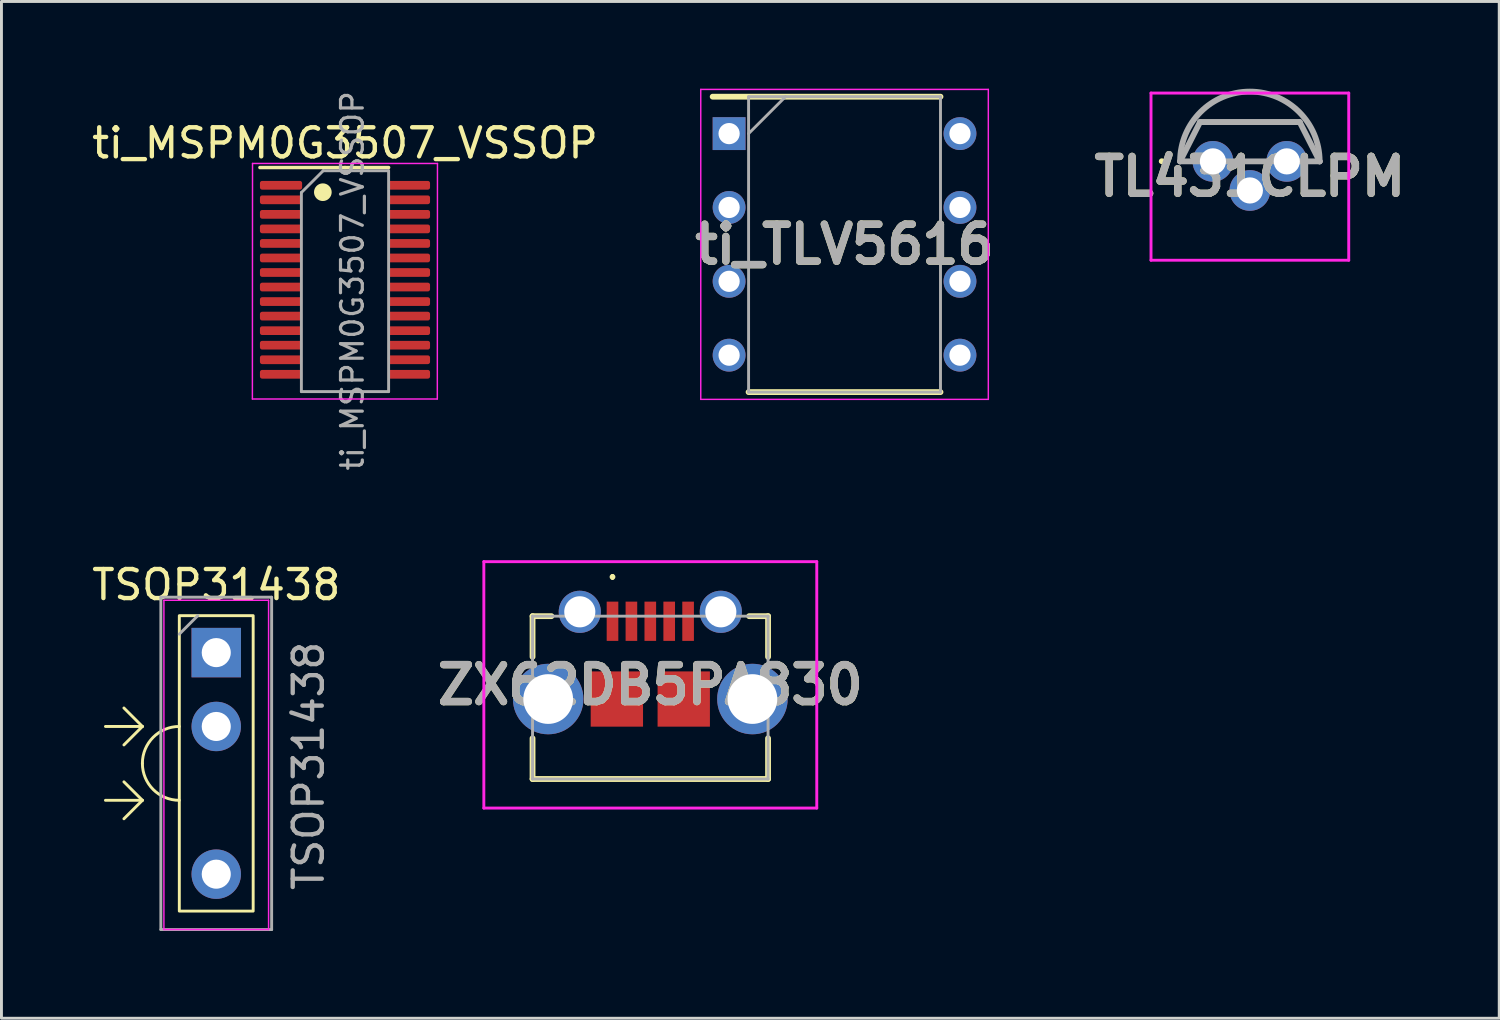
<source format=kicad_pcb>
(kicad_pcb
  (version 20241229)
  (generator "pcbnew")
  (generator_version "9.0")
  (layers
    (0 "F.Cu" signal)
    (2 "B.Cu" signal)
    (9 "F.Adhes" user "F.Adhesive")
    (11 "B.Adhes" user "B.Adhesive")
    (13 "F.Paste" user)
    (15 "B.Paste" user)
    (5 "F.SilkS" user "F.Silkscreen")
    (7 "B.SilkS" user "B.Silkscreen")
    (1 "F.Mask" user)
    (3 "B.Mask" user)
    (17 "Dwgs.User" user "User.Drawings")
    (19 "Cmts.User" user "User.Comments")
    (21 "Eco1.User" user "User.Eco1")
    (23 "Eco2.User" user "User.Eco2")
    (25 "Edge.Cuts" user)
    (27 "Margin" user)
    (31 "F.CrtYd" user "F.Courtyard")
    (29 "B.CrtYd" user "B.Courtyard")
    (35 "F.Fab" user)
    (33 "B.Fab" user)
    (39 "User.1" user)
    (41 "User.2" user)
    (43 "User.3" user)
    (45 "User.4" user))
  (footprint "ti_TLV5616"
    (layer "F.Cu")
    (at 25.995 5.355)
    (property "Reference" "ti_TLV5616" (at 0 0 0) (layer "F.SilkS") (effects (font (size 1.27 1.27) (thickness 0.254))))
    (attr through_hole)
    (fp_line (start -4.535 -5.08) (end 3.3 -5.08) (stroke (width 0.2) (type solid)) (layer "F.SilkS"))
    (fp_line (start -3.3 5.08) (end 3.3 5.08) (stroke (width 0.2) (type solid)) (layer "F.SilkS"))
    (fp_line (start -4.945 -5.33) (end 4.945 -5.33) (stroke (width 0.05) (type solid)) (layer "F.CrtYd"))
    (fp_line (start -4.945 5.33) (end -4.945 -5.33) (stroke (width 0.05) (type solid)) (layer "F.CrtYd"))
    (fp_line (start 4.945 -5.33) (end 4.945 5.33) (stroke (width 0.05) (type solid)) (layer "F.CrtYd"))
    (fp_line (start 4.945 5.33) (end -4.945 5.33) (stroke (width 0.05) (type solid)) (layer "F.CrtYd"))
    (fp_line (start -3.3 -5.08) (end 3.3 -5.08) (stroke (width 0.1) (type solid)) (layer "F.Fab"))
    (fp_line (start -3.3 -3.81) (end -2.03 -5.08) (stroke (width 0.1) (type solid)) (layer "F.Fab"))
    (fp_line (start -3.3 5.08) (end -3.3 -5.08) (stroke (width 0.1) (type solid)) (layer "F.Fab"))
    (fp_line (start 3.3 -5.08) (end 3.3 5.08) (stroke (width 0.1) (type solid)) (layer "F.Fab"))
    (fp_line (start 3.3 5.08) (end -3.3 5.08) (stroke (width 0.1) (type solid)) (layer "F.Fab"))
    (fp_text user "${REFERENCE}" (at 0 0 0) (layer "F.Fab") (effects (font (size 1.27 1.27) (thickness 0.254))))
    (pad "1" thru_hole rect (at -3.97 -3.81) (size 1.13 1.13) (drill 0.73) (layers "*.Cu" "*.Mask"))
    (pad "2" thru_hole circle (at -3.97 -1.27) (size 1.13 1.13) (drill 0.73) (layers "*.Cu" "*.Mask"))
    (pad "3" thru_hole circle (at -3.97 1.27) (size 1.13 1.13) (drill 0.73) (layers "*.Cu" "*.Mask"))
    (pad "4" thru_hole circle (at -3.97 3.81) (size 1.13 1.13) (drill 0.73) (layers "*.Cu" "*.Mask"))
    (pad "5" thru_hole circle (at 3.97 3.81) (size 1.13 1.13) (drill 0.73) (layers "*.Cu" "*.Mask"))
    (pad "6" thru_hole circle (at 3.97 1.27) (size 1.13 1.13) (drill 0.73) (layers "*.Cu" "*.Mask"))
    (pad "7" thru_hole circle (at 3.97 -1.27) (size 1.13 1.13) (drill 0.73) (layers "*.Cu" "*.Mask"))
    (pad "8" thru_hole circle (at 3.97 -3.81) (size 1.13 1.13) (drill 0.73) (layers "*.Cu" "*.Mask")))
  (footprint "TSOP31438"
    (layer "F.Cu")
    (at 4.387 19.394)
    (property "Reference" "TSOP31438" (at 0 -2.33 0) (layer "F.SilkS") (effects (font (size 1 1) (thickness 0.15))))
    (attr through_hole)
    (fp_line (start -3.81 2.54) (end -2.54 2.54) (stroke (width 0.1) (type default)) (layer "F.SilkS"))
    (fp_line (start -3.81 5.08) (end -2.54 5.08) (stroke (width 0.1) (type default)) (layer "F.SilkS"))
    (fp_line (start -3.175 1.905) (end -2.54 2.54) (stroke (width 0.1) (type default)) (layer "F.SilkS"))
    (fp_line (start -3.175 3.175) (end -2.54 2.54) (stroke (width 0.1) (type default)) (layer "F.SilkS"))
    (fp_line (start -3.175 4.445) (end -2.54 5.08) (stroke (width 0.1) (type default)) (layer "F.SilkS"))
    (fp_line (start -3.175 5.715) (end -2.54 5.08) (stroke (width 0.1) (type default)) (layer "F.SilkS"))
    (fp_rect (start -1.27 -1.27) (end 1.27 8.89) (stroke (width 0.1) (type default)) (fill no) (layer "F.SilkS"))
    (fp_arc (start -2.54 3.81) (mid -2.168026 2.911974) (end -1.27 2.54) (stroke (width 0.1) (type default)) (layer "F.SilkS"))
    (fp_arc (start -1.27 5.08) (mid -2.168026 4.708026) (end -2.54 3.81) (stroke (width 0.1) (type default)) (layer "F.SilkS"))
    (fp_line (start -1.8 -1.8) (end -1.8 9.525) (stroke (width 0.05) (type solid)) (layer "F.CrtYd"))
    (fp_line (start -1.8 9.525) (end 1.8 9.525) (stroke (width 0.05) (type solid)) (layer "F.CrtYd"))
    (fp_line (start 1.8 -1.8) (end -1.8 -1.8) (stroke (width 0.05) (type solid)) (layer "F.CrtYd"))
    (fp_line (start 1.8 9.525) (end 1.8 -1.8) (stroke (width 0.05) (type solid)) (layer "F.CrtYd"))
    (fp_line (start -1.905 9.525) (end -1.905 -1.905) (stroke (width 0.1) (type solid)) (layer "F.Fab"))
    (fp_line (start -1.27 -0.635) (end -0.635 -1.27) (stroke (width 0.1) (type solid)) (layer "F.Fab"))
    (fp_line (start 1.905 -1.905) (end -1.905 -1.905) (stroke (width 0.1) (type solid)) (layer "F.Fab"))
    (fp_line (start 1.905 9.525) (end -1.905 9.525) (stroke (width 0.1) (type solid)) (layer "F.Fab"))
    (fp_line (start 1.905 9.525) (end 1.905 -1.905) (stroke (width 0.1) (type solid)) (layer "F.Fab"))
    (fp_text user "${REFERENCE}" (at 3.175 8.255 90) (layer "F.Fab") (effects (font (size 1 1) (thickness 0.15)) (justify left)))
    (pad "1" thru_hole rect (at 0 0) (size 1.7 1.7) (drill 1) (layers "*.Cu" "*.Mask"))
    (pad "2" thru_hole oval (at 0 2.54) (size 1.7 1.7) (drill 1) (layers "*.Cu" "*.Mask"))
    (pad "3" thru_hole oval (at 0 7.62) (size 1.7 1.7) (drill 1) (layers "*.Cu" "*.Mask")))
  (footprint "ti_MSPM0G3507_VSSOP"
    (layer "F.Cu")
    (at 8.815 4.322)
    (property "Reference" "ti_MSPM0G3507_VSSOP" (at 0 -2.45 0) (layer "F.SilkS") (effects (font (size 1 1) (thickness 0.15))))
    (attr smd)
    (fp_line (start 0 -1.61) (end -2.925 -1.61) (stroke (width 0.12) (type solid)) (layer "F.SilkS"))
    (fp_line (start 0 -1.61) (end 1.5 -1.61) (stroke (width 0.12) (type solid)) (layer "F.SilkS"))
    (fp_circle (center -0.762 -0.762) (end -0.508 -0.762) (stroke (width 0.1) (type solid)) (fill yes) (layer "F.SilkS"))
    (fp_line (start -3.185 6.35) (end 3.175 6.35) (stroke (width 0.05) (type solid)) (layer "F.CrtYd"))
    (fp_line (start -3.18 -1.75) (end -3.185 6.35) (stroke (width 0.05) (type solid)) (layer "F.CrtYd"))
    (fp_line (start 3.175 6.35) (end 3.18 -1.75) (stroke (width 0.05) (type solid)) (layer "F.CrtYd"))
    (fp_line (start 3.18 -1.75) (end -3.18 -1.75) (stroke (width 0.05) (type solid)) (layer "F.CrtYd"))
    (fp_line (start -1.5 -0.75) (end -0.75 -1.5) (stroke (width 0.1) (type solid)) (layer "F.Fab"))
    (fp_line (start -1.5 6.096) (end -1.5 -0.75) (stroke (width 0.1) (type solid)) (layer "F.Fab"))
    (fp_line (start -0.75 -1.5) (end 1.5 -1.5) (stroke (width 0.1) (type solid)) (layer "F.Fab"))
    (fp_line (start 1.5 -1.5) (end 1.5 6.096) (stroke (width 0.1) (type solid)) (layer "F.Fab"))
    (fp_line (start 1.5 6.096) (end -1.5 6.096) (stroke (width 0.1) (type solid)) (layer "F.Fab"))
    (fp_text user "${REFERENCE}" (at 0.254 2.286 90) (layer "F.Fab") (effects (font (size 0.75 0.75) (thickness 0.11))))
    (pad "1" smd roundrect (at -2.2 -1) (size 1.45 0.3) (layers "F.Cu" "F.Mask" "F.Paste") (roundrect_rratio 0.25))
    (pad "2" smd roundrect (at -2.2 -0.5) (size 1.45 0.3) (layers "F.Cu" "F.Mask" "F.Paste") (roundrect_rratio 0.25))
    (pad "3" smd roundrect (at -2.2 0) (size 1.45 0.3) (layers "F.Cu" "F.Mask" "F.Paste") (roundrect_rratio 0.25))
    (pad "4" smd roundrect (at -2.2 0.5) (size 1.45 0.3) (layers "F.Cu" "F.Mask" "F.Paste") (roundrect_rratio 0.25))
    (pad "5" smd roundrect (at -2.2 1) (size 1.45 0.3) (layers "F.Cu" "F.Mask" "F.Paste") (roundrect_rratio 0.25))
    (pad "6" smd roundrect (at -2.2 1.5) (size 1.45 0.3) (layers "F.Cu" "F.Mask" "F.Paste") (roundrect_rratio 0.25))
    (pad "7" smd roundrect (at -2.2 2) (size 1.45 0.3) (layers "F.Cu" "F.Mask" "F.Paste") (roundrect_rratio 0.25))
    (pad "8" smd roundrect (at -2.2 2.5) (size 1.45 0.3) (layers "F.Cu" "F.Mask" "F.Paste") (roundrect_rratio 0.25))
    (pad "9" smd roundrect (at -2.2 3) (size 1.45 0.3) (layers "F.Cu" "F.Mask" "F.Paste") (roundrect_rratio 0.25))
    (pad "10" smd roundrect (at -2.2 3.5) (size 1.45 0.3) (layers "F.Cu" "F.Mask" "F.Paste") (roundrect_rratio 0.25))
    (pad "11" smd roundrect (at -2.2 4) (size 1.45 0.3) (layers "F.Cu" "F.Mask" "F.Paste") (roundrect_rratio 0.25))
    (pad "12" smd roundrect (at -2.2 4.5) (size 1.45 0.3) (layers "F.Cu" "F.Mask" "F.Paste") (roundrect_rratio 0.25))
    (pad "13" smd roundrect (at -2.2 5) (size 1.45 0.3) (layers "F.Cu" "F.Mask" "F.Paste") (roundrect_rratio 0.25))
    (pad "14" smd roundrect (at -2.2 5.5) (size 1.45 0.3) (layers "F.Cu" "F.Mask" "F.Paste") (roundrect_rratio 0.25))
    (pad "15" smd roundrect (at 2.2 -1) (size 1.45 0.3) (layers "F.Cu" "F.Mask" "F.Paste") (roundrect_rratio 0.25))
    (pad "16" smd roundrect (at 2.2 -0.5) (size 1.45 0.3) (layers "F.Cu" "F.Mask" "F.Paste") (roundrect_rratio 0.25))
    (pad "17" smd roundrect (at 2.2 0) (size 1.45 0.3) (layers "F.Cu" "F.Mask" "F.Paste") (roundrect_rratio 0.25))
    (pad "18" smd roundrect (at 2.2 0.5) (size 1.45 0.3) (layers "F.Cu" "F.Mask" "F.Paste") (roundrect_rratio 0.25))
    (pad "19" smd roundrect (at 2.2 1) (size 1.45 0.3) (layers "F.Cu" "F.Mask" "F.Paste") (roundrect_rratio 0.25))
    (pad "20" smd roundrect (at 2.2 1.5) (size 1.45 0.3) (layers "F.Cu" "F.Mask" "F.Paste") (roundrect_rratio 0.25))
    (pad "21" smd roundrect (at 2.2 2) (size 1.45 0.3) (layers "F.Cu" "F.Mask" "F.Paste") (roundrect_rratio 0.25))
    (pad "22" smd roundrect (at 2.2 2.5) (size 1.45 0.3) (layers "F.Cu" "F.Mask" "F.Paste") (roundrect_rratio 0.25))
    (pad "23" smd roundrect (at 2.2 3) (size 1.45 0.3) (layers "F.Cu" "F.Mask" "F.Paste") (roundrect_rratio 0.25))
    (pad "24" smd roundrect (at 2.2 3.5) (size 1.45 0.3) (layers "F.Cu" "F.Mask" "F.Paste") (roundrect_rratio 0.25))
    (pad "25" smd roundrect (at 2.2 4) (size 1.45 0.3) (layers "F.Cu" "F.Mask" "F.Paste") (roundrect_rratio 0.25))
    (pad "26" smd roundrect (at 2.2 4.5) (size 1.45 0.3) (layers "F.Cu" "F.Mask" "F.Paste") (roundrect_rratio 0.25))
    (pad "27" smd roundrect (at 2.2 5) (size 1.45 0.3) (layers "F.Cu" "F.Mask" "F.Paste") (roundrect_rratio 0.25))
    (pad "28" smd roundrect (at 2.2 5.5) (size 1.45 0.3) (layers "F.Cu" "F.Mask" "F.Paste") (roundrect_rratio 0.25)))
  (footprint "ZX62DB5PA830"
    (layer "F.Cu")
    (at 19.315 20.941)
    (property "Reference" "ZX62DB5PA830" (at 0 -0.437 0) (layer "F.SilkS") (effects (font (size 1.27 1.27) (thickness 0.254))))
    (attr through_hole)
    (fp_line (start -4.05 -2.8) (end -3.4 -2.8) (stroke (width 0.2) (type solid)) (layer "F.SilkS"))
    (fp_line (start -4.05 -1.4) (end -4.05 -2.8) (stroke (width 0.2) (type solid)) (layer "F.SilkS"))
    (fp_line (start -4.05 1.4) (end -4.05 2.8) (stroke (width 0.2) (type solid)) (layer "F.SilkS"))
    (fp_line (start -4.05 2.8) (end 4.05 2.8) (stroke (width 0.2) (type solid)) (layer "F.SilkS"))
    (fp_line (start -1.3 -4.2) (end -1.3 -4.2) (stroke (width 0.1) (type solid)) (layer "F.SilkS"))
    (fp_line (start -1.3 -4.1) (end -1.3 -4.1) (stroke (width 0.1) (type solid)) (layer "F.SilkS"))
    (fp_line (start 3.4 -2.8) (end 4.05 -2.8) (stroke (width 0.2) (type solid)) (layer "F.SilkS"))
    (fp_line (start 4.05 -2.8) (end 4.05 -1.4) (stroke (width 0.2) (type solid)) (layer "F.SilkS"))
    (fp_line (start 4.05 2.8) (end 4.05 1.4) (stroke (width 0.2) (type solid)) (layer "F.SilkS"))
    (fp_arc (start -1.3 -4.2) (mid -1.25 -4.15) (end -1.3 -4.1) (stroke (width 0.1) (type solid)) (layer "F.SilkS"))
    (fp_arc (start -1.3 -4.1) (mid -1.35 -4.15) (end -1.3 -4.2) (stroke (width 0.1) (type solid)) (layer "F.SilkS"))
    (fp_line (start -5.725 -4.675) (end 5.725 -4.675) (stroke (width 0.1) (type solid)) (layer "F.CrtYd"))
    (fp_line (start -5.725 3.8) (end -5.725 -4.675) (stroke (width 0.1) (type solid)) (layer "F.CrtYd"))
    (fp_line (start 5.725 -4.675) (end 5.725 3.8) (stroke (width 0.1) (type solid)) (layer "F.CrtYd"))
    (fp_line (start 5.725 3.8) (end -5.725 3.8) (stroke (width 0.1) (type solid)) (layer "F.CrtYd"))
    (fp_line (start -4.05 -2.8) (end -4.05 2.8) (stroke (width 0.1) (type solid)) (layer "F.Fab"))
    (fp_line (start -4.05 2.8) (end 4.05 2.8) (stroke (width 0.1) (type solid)) (layer "F.Fab"))
    (fp_line (start 4.05 -2.8) (end -4.05 -2.8) (stroke (width 0.1) (type solid)) (layer "F.Fab"))
    (fp_line (start 4.05 2.8) (end 4.05 -2.8) (stroke (width 0.1) (type solid)) (layer "F.Fab"))
    (fp_text user "${REFERENCE}" (at 0 -0.437 0) (layer "F.Fab") (effects (font (size 1.27 1.27) (thickness 0.254))))
    (pad "1" smd rect (at -1.3 -2.625) (size 0.4 1.35) (layers "F.Cu" "F.Mask" "F.Paste"))
    (pad "2" smd rect (at -0.65 -2.625) (size 0.4 1.35) (layers "F.Cu" "F.Mask" "F.Paste"))
    (pad "3" smd rect (at 0 -2.625) (size 0.4 1.35) (layers "F.Cu" "F.Mask" "F.Paste"))
    (pad "4" smd rect (at 0.65 -2.625) (size 0.4 1.35) (layers "F.Cu" "F.Mask" "F.Paste"))
    (pad "5" smd rect (at 1.3 -2.625) (size 0.4 1.35) (layers "F.Cu" "F.Mask" "F.Paste"))
    (pad "MH1" thru_hole circle (at -2.425 -2.95) (size 1.45 1.45) (drill 1.07) (layers "*.Cu" "*.Mask"))
    (pad "MH2" thru_hole circle (at 2.425 -2.95) (size 1.45 1.45) (drill 1.07) (layers "*.Cu" "*.Mask"))
    (pad "MH3" thru_hole circle (at 3.512 0.05) (size 2.425 2.425) (drill 1.71) (layers "*.Cu" "*.Mask"))
    (pad "MH4" thru_hole circle (at -3.512 0.05) (size 2.425 2.425) (drill 1.71) (layers "*.Cu" "*.Mask"))
    (pad "MP1" smd rect (at -1.15 0.05) (size 1.8 1.9) (layers "F.Cu" "F.Mask" "F.Paste"))
    (pad "MP2" smd rect (at 1.15 0.05) (size 1.8 1.9) (layers "F.Cu" "F.Mask" "F.Paste")))
  (footprint "TL431CLPM"
    (layer "F.Cu")
    (at 38.665 2.5)
    (property "Reference" "TL431CLPM" (at 1.27 0.525 0) (layer "F.SilkS") (effects (font (size 1.27 1.27) (thickness 0.254))))
    (attr through_hole)
    (fp_line (start -1.809 -0.005) (end -1.809 -0.005) (stroke (width 0.1) (type solid)) (layer "F.SilkS"))
    (fp_line (start -1.707 -0.005) (end -1.707 -0.005) (stroke (width 0.1) (type solid)) (layer "F.SilkS"))
    (fp_line (start -0.445 -1.35) (end -1.13 0) (stroke (width 0.1) (type solid)) (layer "F.SilkS"))
    (fp_line (start 2.985 -1.35) (end -0.445 -1.35) (stroke (width 0.1) (type solid)) (layer "F.SilkS"))
    (fp_line (start 3.67 0) (end 2.985 -1.35) (stroke (width 0.1) (type solid)) (layer "F.SilkS"))
    (fp_arc (start -1.809 -0.005) (mid -1.758 -0.056) (end -1.707 -0.005) (stroke (width 0.1) (type solid)) (layer "F.SilkS"))
    (fp_arc (start -1.707 -0.005) (mid -1.758 0.046) (end -1.809 -0.005) (stroke (width 0.1) (type solid)) (layer "F.SilkS"))
    (fp_line (start -2.13 -2.35) (end 4.67 -2.35) (stroke (width 0.1) (type solid)) (layer "F.CrtYd"))
    (fp_line (start -2.13 3.4) (end -2.13 -2.35) (stroke (width 0.1) (type solid)) (layer "F.CrtYd"))
    (fp_line (start 4.67 -2.35) (end 4.67 3.4) (stroke (width 0.1) (type solid)) (layer "F.CrtYd"))
    (fp_line (start 4.67 3.4) (end -2.13 3.4) (stroke (width 0.1) (type solid)) (layer "F.CrtYd"))
    (fp_line (start -1.13 0) (end 3.67 0) (stroke (width 0.2) (type solid)) (layer "F.Fab"))
    (fp_line (start -0.445 -1.35) (end -1.13 0) (stroke (width 0.2) (type solid)) (layer "F.Fab"))
    (fp_line (start 2.985 -1.35) (end -0.445 -1.35) (stroke (width 0.2) (type solid)) (layer "F.Fab"))
    (fp_line (start 2.985 -1.35) (end -0.445 -1.35) (stroke (width 0.2) (type solid)) (layer "F.Fab"))
    (fp_line (start 3.67 0) (end 2.985 -1.35) (stroke (width 0.2) (type solid)) (layer "F.Fab"))
    (fp_line (start 3.67 0) (end 3.67 0) (stroke (width 0.2) (type solid)) (layer "F.Fab"))
    (fp_arc (start -1.13 0) (mid 1.27 -2.4) (end 3.67 0) (stroke (width 0.2) (type solid)) (layer "F.Fab"))
    (fp_text user "${REFERENCE}" (at 1.27 0.525 0) (layer "F.Fab") (effects (font (size 1.27 1.27) (thickness 0.254))))
    (pad "1" thru_hole circle (at 0 0) (size 1.4 1.4) (drill 0.9) (layers "*.Cu" "*.Mask"))
    (pad "2" thru_hole circle (at 1.27 1) (size 1.4 1.4) (drill 0.9) (layers "*.Cu" "*.Mask"))
    (pad "3" thru_hole circle (at 2.54 0) (size 1.4 1.4) (drill 0.9) (layers "*.Cu" "*.Mask")))
  (gr_rect
    (start -3 -3)
    (end 48.511 31.969)
    (stroke (width 0.1) (type default))
    (fill no)
    (layer "Edge.Cuts")))
</source>
